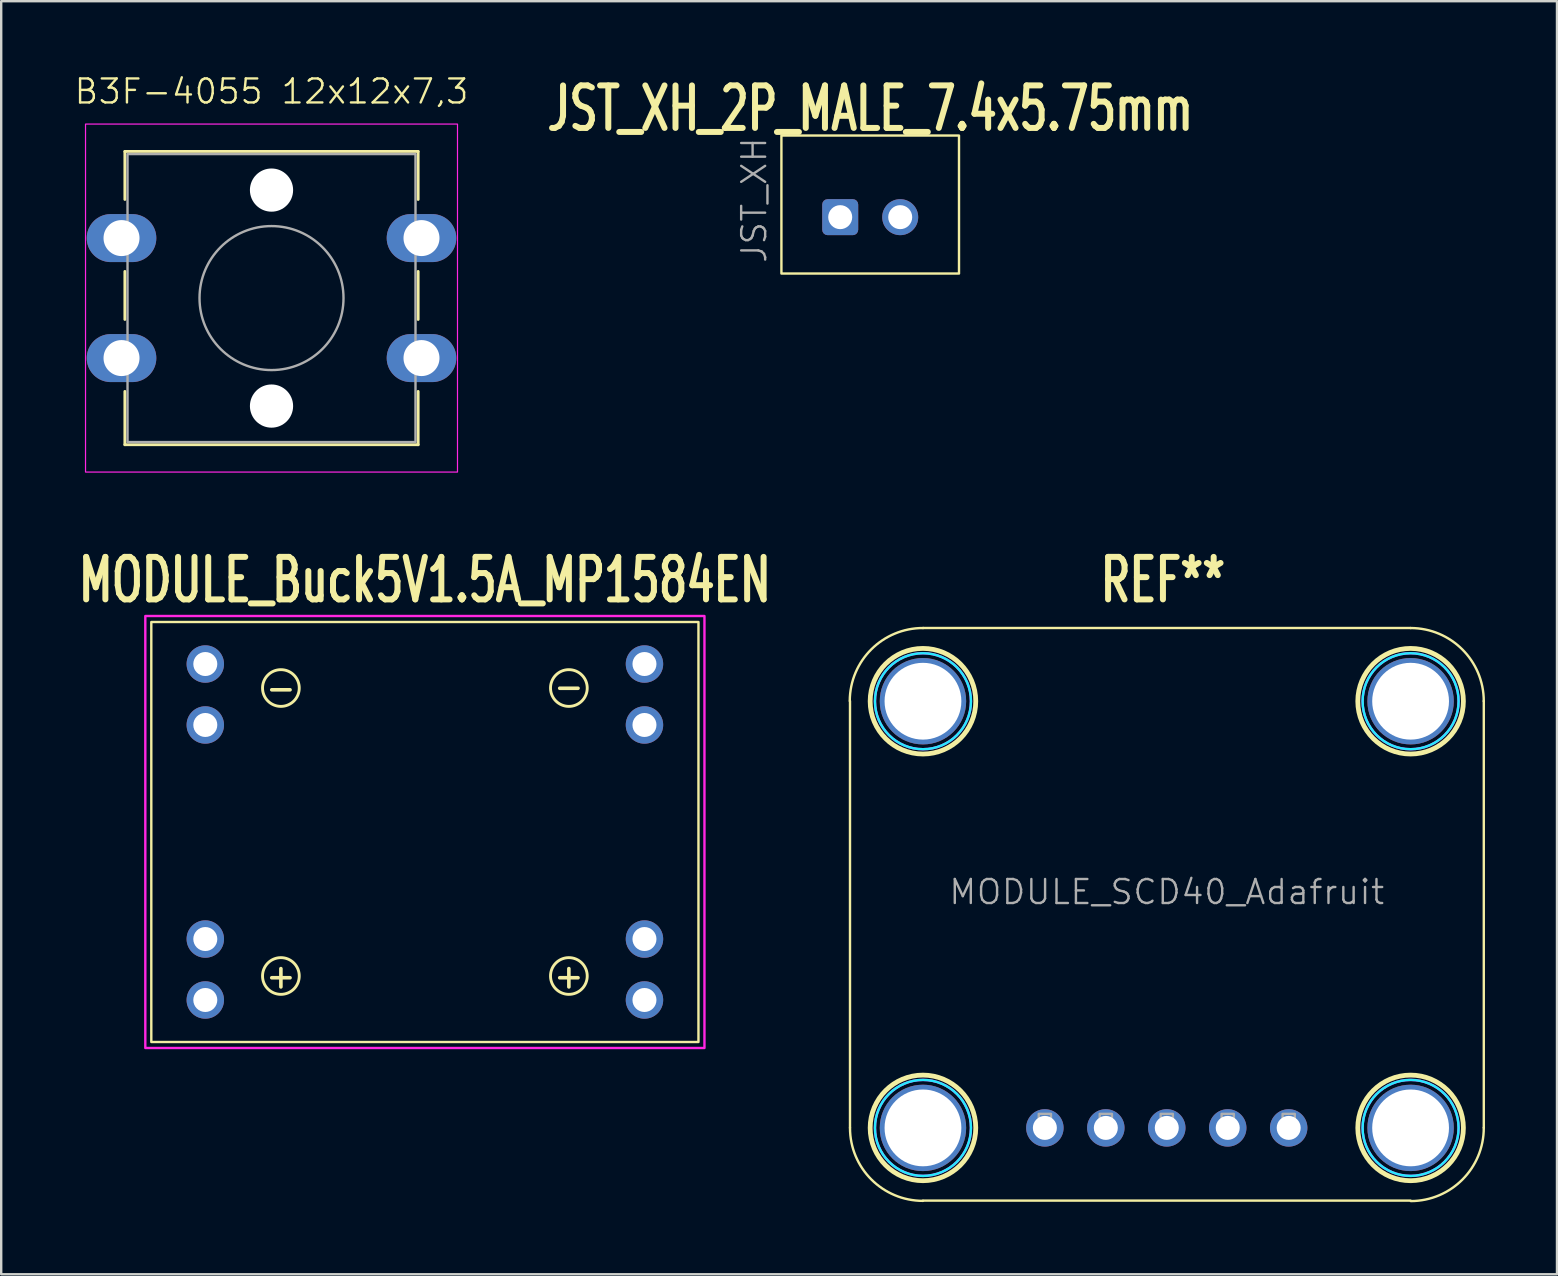
<source format=kicad_pcb>
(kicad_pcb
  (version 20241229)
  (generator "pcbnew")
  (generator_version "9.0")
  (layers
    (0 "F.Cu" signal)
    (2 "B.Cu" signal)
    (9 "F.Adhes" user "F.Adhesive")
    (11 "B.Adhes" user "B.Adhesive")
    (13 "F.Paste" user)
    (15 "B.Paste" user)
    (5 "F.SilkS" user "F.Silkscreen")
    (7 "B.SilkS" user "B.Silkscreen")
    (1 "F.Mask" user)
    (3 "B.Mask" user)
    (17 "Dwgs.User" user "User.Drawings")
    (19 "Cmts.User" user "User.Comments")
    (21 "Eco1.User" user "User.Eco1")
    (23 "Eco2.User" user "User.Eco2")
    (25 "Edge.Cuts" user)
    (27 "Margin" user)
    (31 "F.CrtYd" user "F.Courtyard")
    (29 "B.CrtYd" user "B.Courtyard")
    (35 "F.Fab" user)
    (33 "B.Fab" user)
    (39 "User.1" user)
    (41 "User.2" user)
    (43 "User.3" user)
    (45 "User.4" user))
  (footprint "MODULE_SCD40_Adafruit"
    (layer "F.Cu")
    (at 45.41 34.12)
    (property "Reference" "MODULE_SCD40_Adafruit" (at 0.16 0 0) (unlocked yes) (layer "F.Fab") (effects (font (size 1 1) (thickness 0.1))))
    (attr through_hole)
    (fp_line (start -13.04 9.82) (end -13.04 -7.96) (stroke (width 0.1) (type solid)) (layer "F.SilkS"))
    (fp_line (start -10 -11) (end 10.32 -11) (stroke (width 0.1) (type solid)) (layer "F.SilkS"))
    (fp_line (start -10 12.86) (end 10.32 12.86) (stroke (width 0.1) (type solid)) (layer "F.SilkS"))
    (fp_line (start 13.37 9.82) (end 13.37 -7.96) (stroke (width 0.1) (type solid)) (layer "F.SilkS"))
    (fp_arc (start -13.049984 -7.960033) (mid -12.14957 -10.113759) (end -9.989967 -10.999984) (stroke (width 0.1) (type solid)) (layer "F.SilkS"))
    (fp_arc (start -10 12.870016) (mid -12.149616 11.979616) (end -13.040016 9.83) (stroke (width 0.1) (type solid)) (layer "F.SilkS"))
    (fp_arc (start 10.32 -10.999628) (mid 12.476413 -10.106413) (end 13.369628 -7.95) (stroke (width 0.1) (type solid)) (layer "F.SilkS"))
    (fp_arc (start 13.369612 9.82) (mid 12.483472 11.97933) (end 10.33 12.879612) (stroke (width 0.1) (type solid)) (layer "F.SilkS"))
    (fp_circle (center -10 -7.95) (end -7.8 -7.95) (stroke (width 0.2) (type solid)) (fill no) (layer "F.SilkS"))
    (fp_circle (center -10 9.83) (end -7.8 9.83) (stroke (width 0.2) (type solid)) (fill no) (layer "F.SilkS"))
    (fp_circle (center 10.32 -7.95) (end 12.52 -7.95) (stroke (width 0.2) (type solid)) (fill no) (layer "F.SilkS"))
    (fp_circle (center 10.32 9.83) (end 12.52 9.83) (stroke (width 0.2) (type solid)) (fill no) (layer "F.SilkS"))
    (fp_circle (center -10 -7.95) (end -8 -7.95) (stroke (width 0.1) (type solid)) (fill no) (layer "B.CrtYd"))
    (fp_circle (center -10 9.83) (end -8 9.83) (stroke (width 0.1) (type solid)) (fill no) (layer "B.CrtYd"))
    (fp_circle (center 10.32 -7.95) (end 12.32 -7.95) (stroke (width 0.1) (type solid)) (fill no) (layer "B.CrtYd"))
    (fp_circle (center 10.32 9.83) (end 12.32 9.83) (stroke (width 0.1) (type solid)) (fill no) (layer "B.CrtYd"))
    (fp_circle (center -10 -7.95) (end -8 -7.95) (stroke (width 0.1) (type solid)) (fill no) (layer "F.CrtYd"))
    (fp_circle (center -10 9.83) (end -8 9.83) (stroke (width 0.1) (type solid)) (fill no) (layer "F.CrtYd"))
    (fp_circle (center 10.32 -7.95) (end 12.32 -7.95) (stroke (width 0.1) (type solid)) (fill no) (layer "F.CrtYd"))
    (fp_circle (center 10.32 9.83) (end 12.32 9.83) (stroke (width 0.1) (type solid)) (fill no) (layer "F.CrtYd"))
    (fp_poly (pts (xy -5.174 9.754) (xy -4.666 9.754) (xy -4.666 9.246) (xy -5.174 9.246)) (stroke (width 0.1) (type default)) (fill no) (layer "F.Fab"))
    (fp_poly (pts (xy -2.634 9.754) (xy -2.126 9.754) (xy -2.126 9.246) (xy -2.634 9.246)) (stroke (width 0.1) (type default)) (fill no) (layer "F.Fab"))
    (fp_poly (pts (xy -0.094 9.754) (xy 0.414 9.754) (xy 0.414 9.246) (xy -0.094 9.246)) (stroke (width 0.1) (type default)) (fill no) (layer "F.Fab"))
    (fp_poly (pts (xy 2.446 9.754) (xy 2.954 9.754) (xy 2.954 9.246) (xy 2.446 9.246)) (stroke (width 0.1) (type default)) (fill no) (layer "F.Fab"))
    (fp_poly (pts (xy 4.986 9.754) (xy 5.494 9.754) (xy 5.494 9.246) (xy 4.986 9.246)) (stroke (width 0.1) (type default)) (fill no) (layer "F.Fab"))
    (fp_text user "REF**" (at 0 -13 0) (unlocked yes) (layer "F.SilkS") (effects (font (size 1.77 1.2) (thickness 0.25) (bold yes))))
    (pad "" thru_hole circle (at -10 -7.95) (size 3.6 3.6) (drill 3.2) (property pad_prop_mechanical) (layers "*.Cu" "*.Mask"))
    (pad "" thru_hole circle (at -10 9.83) (size 3.6 3.6) (drill 3.2) (property pad_prop_mechanical) (layers "*.Cu" "*.Mask"))
    (pad "" thru_hole circle (at 10.32 -7.95) (size 3.6 3.6) (drill 3.2) (property pad_prop_mechanical) (layers "*.Cu" "*.Mask"))
    (pad "" thru_hole circle (at 10.32 9.83) (size 3.6 3.6) (drill 3.2) (property pad_prop_mechanical) (layers "*.Cu" "*.Mask"))
    (pad "1" thru_hole circle (at -4.92 9.83) (size 1.56 1.56) (drill 1) (layers "*.Cu" "*.Mask"))
    (pad "2" thru_hole circle (at -2.38 9.83) (size 1.56 1.56) (drill 1) (layers "*.Cu" "*.Mask"))
    (pad "3" thru_hole circle (at 0.16 9.83) (size 1.56 1.56) (drill 1) (layers "*.Cu" "*.Mask"))
    (pad "4" thru_hole circle (at 2.7 9.83) (size 1.56 1.56) (drill 1) (layers "*.Cu" "*.Mask"))
    (pad "5" thru_hole circle (at 5.24 9.83) (size 1.56 1.56) (drill 1) (layers "*.Cu" "*.Mask")))
  (footprint "B3F-4055 12x12x7,3"
    (layer "F.Cu")
    (at 8.154 9.261)
    (property "Reference" "B3F-4055 12x12x7,3" (at 0.11 -8.5 0) (unlocked yes) (layer "F.SilkS") (effects (font (size 1 1) (thickness 0.1))))
    (attr through_hole)
    (fp_line (start -6 -6) (end -6 -4) (stroke (width 0.12) (type solid)) (layer "F.SilkS"))
    (fp_line (start -6 -6) (end 6.22 -6) (stroke (width 0.12) (type default)) (layer "F.SilkS"))
    (fp_line (start -6 -1) (end -6 1) (stroke (width 0.12) (type default)) (layer "F.SilkS"))
    (fp_line (start -6 4) (end -6 6.22) (stroke (width 0.12) (type solid)) (layer "F.SilkS"))
    (fp_line (start 6.22 -6) (end 6.22 -4) (stroke (width 0.12) (type solid)) (layer "F.SilkS"))
    (fp_line (start 6.22 -1) (end 6.22 1) (stroke (width 0.12) (type default)) (layer "F.SilkS"))
    (fp_line (start 6.22 4) (end 6.22 6.22) (stroke (width 0.12) (type solid)) (layer "F.SilkS"))
    (fp_line (start 6.22 6.22) (end -6 6.22) (stroke (width 0.12) (type default)) (layer "F.SilkS"))
    (fp_rect (start -7.64 -7.14) (end 7.86 7.36) (stroke (width 0.05) (type default)) (fill no) (layer "F.CrtYd"))
    (fp_rect (start -5.89 -5.89) (end 6.11 6.11) (stroke (width 0.1) (type default)) (fill no) (layer "F.Fab"))
    (fp_circle (center 0.11 0.11) (end 3.11 0.11) (stroke (width 0.1) (type default)) (fill no) (layer "F.Fab"))
    (pad "" np_thru_hole circle (at 0.11 -4.39) (size 1.8 1.8) (drill 1.8) (layers "*.Cu" "*.Mask"))
    (pad "" np_thru_hole circle (at 0.11 4.61) (size 1.8 1.8) (drill 1.8) (layers "*.Cu" "*.Mask"))
    (pad "1" thru_hole oval (at -6.14 -2.39) (size 2.9 2) (drill 1.5) (layers "*.Cu" "*.Mask"))
    (pad "1" thru_hole oval (at 6.36 -2.39) (size 2.9 2) (drill 1.5) (layers "*.Cu" "*.Mask"))
    (pad "2" thru_hole oval (at -6.14 2.61) (size 2.9 2) (drill 1.5) (layers "*.Cu" "*.Mask"))
    (pad "2" thru_hole oval (at 6.36 2.61) (size 2.9 2) (drill 1.5) (layers "*.Cu" "*.Mask")))
  (footprint "JST_XH_2P_MALE_7.4x5.75mm"
    (layer "F.Cu")
    (at 31.962 5.474)
    (property "Reference" "JST_XH_2P_MALE_7.4x5.75mm" (at 1.25 -4 0) (unlocked yes) (layer "F.SilkS") (effects (font (size 1.77 1.2) (thickness 0.25) (bold yes))))
    (attr smd)
    (fp_rect (start -2.45 -2.875) (end 4.95 2.875) (stroke (width 0.1) (type solid)) (fill no) (layer "F.SilkS"))
    (fp_text user "JST_XH" (at -3 2.5 90) (unlocked yes) (layer "F.Fab") (effects (font (size 1 1) (thickness 0.1)) (justify left bottom)))
    (pad "1" thru_hole roundrect (at 0 0.525) (size 1.5 1.5) (drill 1) (layers "*.Cu" "*.Mask") (roundrect_rratio 0.15))
    (pad "2" thru_hole circle (at 2.5 0.525) (size 1.5 1.5) (drill 1) (layers "*.Cu" "*.Mask")))
  (footprint "MODULE_Buck5V1.5A_MP1584EN"
    (layer "F.Cu")
    (at 14.655 31.62)
    (property "Reference" "MODULE_Buck5V1.5A_MP1584EN" (at 0 -10.5 180) (layer "F.SilkS") (effects (font (size 1.77 1.2) (thickness 0.25) (bold yes))))
    (attr through_hole)
    (fp_rect (start -11.4 -8.75) (end 11.4 8.75) (stroke (width 0.1) (type solid)) (fill no) (layer "F.SilkS"))
    (fp_circle (center -6 -6) (end -5.428 -5.492) (stroke (width 0.12) (type solid)) (fill no) (layer "F.SilkS"))
    (fp_circle (center -6 6) (end -5.428 6.508) (stroke (width 0.12) (type solid)) (fill no) (layer "F.SilkS"))
    (fp_circle (center 6 -6) (end 6.572 -5.492) (stroke (width 0.12) (type solid)) (fill no) (layer "F.SilkS"))
    (fp_circle (center 6 6) (end 6.572 6.508) (stroke (width 0.12) (type solid)) (fill no) (layer "F.SilkS"))
    (fp_rect (start -11.65 -9) (end 11.65 9) (stroke (width 0.1) (type solid)) (fill no) (layer "F.CrtYd"))
    (fp_text user "-" (at -6 -6 0) (layer "F.SilkS") (effects (font (size 1 1) (thickness 0.15))))
    (fp_text user "-" (at 6 -6.064 0) (layer "F.SilkS") (effects (font (size 1 1) (thickness 0.15))))
    (fp_text user "+" (at -6 6 0) (layer "F.SilkS") (effects (font (size 1 1) (thickness 0.15))))
    (fp_text user "+" (at 6 6 0) (layer "F.SilkS") (effects (font (size 1 1) (thickness 0.15))))
    (pad "1" thru_hole circle (at -9.15 -7) (size 1.56 1.56) (drill 1) (layers "*.Cu" "*.Mask"))
    (pad "1" thru_hole circle (at -9.15 -4.46) (size 1.56 1.56) (drill 1) (layers "*.Cu" "*.Mask"))
    (pad "2" thru_hole circle (at -9.15 4.46) (size 1.56 1.56) (drill 1) (layers "*.Cu" "*.Mask"))
    (pad "2" thru_hole circle (at -9.15 7) (size 1.56 1.56) (drill 1) (layers "*.Cu" "*.Mask"))
    (pad "3" thru_hole circle (at 9.15 -7) (size 1.56 1.56) (drill 1) (layers "*.Cu" "*.Mask"))
    (pad "3" thru_hole circle (at 9.15 -4.46) (size 1.56 1.56) (drill 1) (layers "*.Cu" "*.Mask"))
    (pad "4" thru_hole circle (at 9.15 4.46) (size 1.56 1.56) (drill 1) (layers "*.Cu" "*.Mask"))
    (pad "4" thru_hole circle (at 9.15 7) (size 1.56 1.56) (drill 1) (layers "*.Cu" "*.Mask")))
  (gr_rect
    (start -3 -3)
    (end 61.83 50.049)
    (stroke (width 0.1) (type default))
    (fill no)
    (layer "Edge.Cuts")))
</source>
